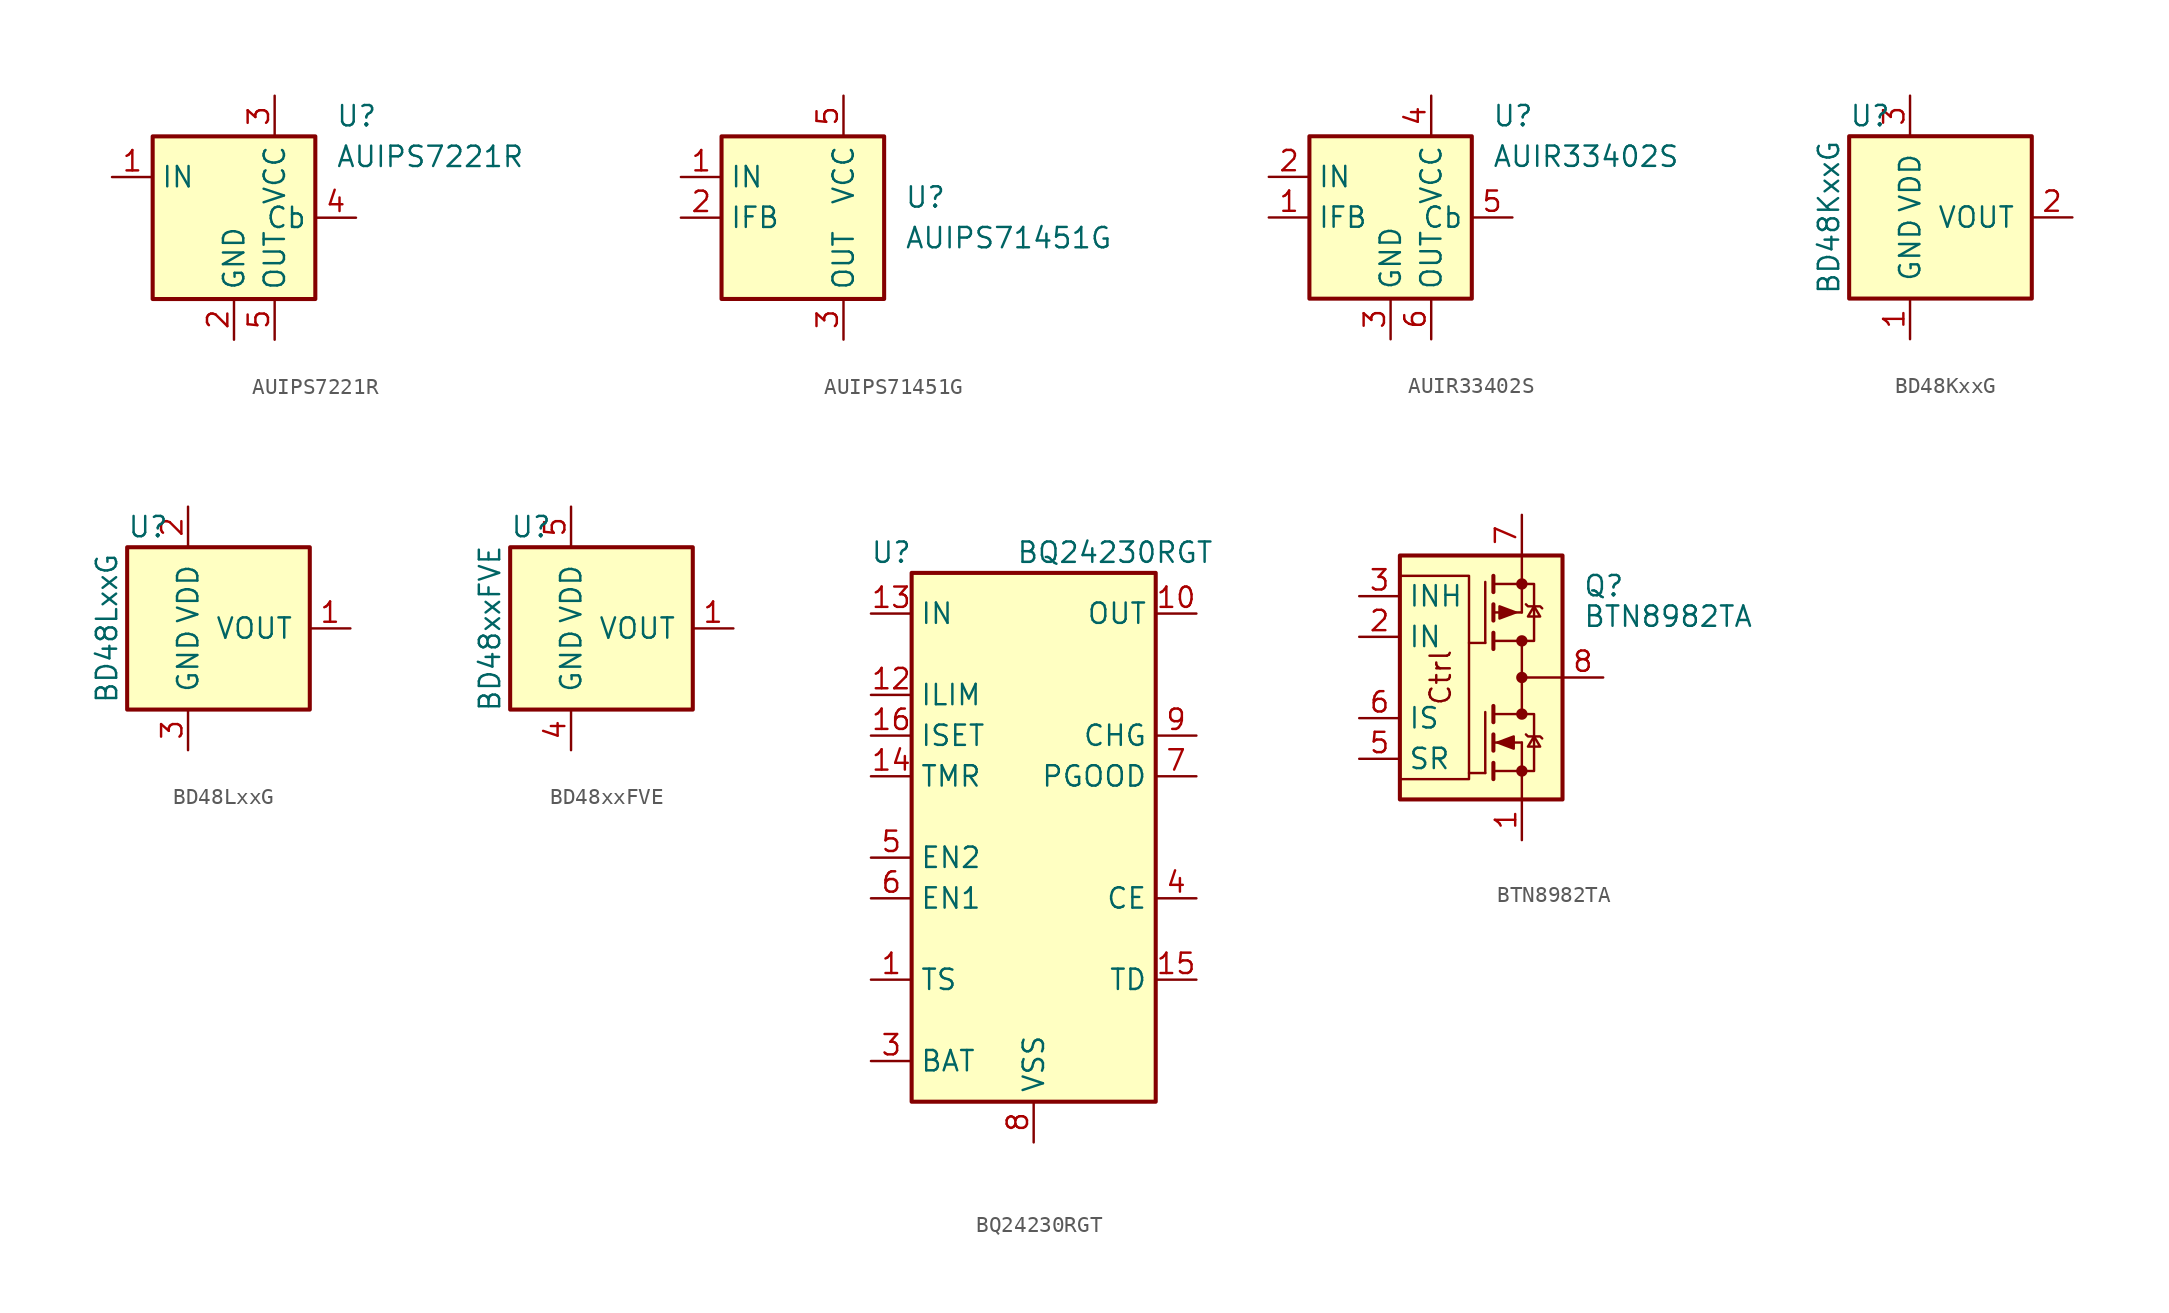
<source format=kicad_sym>
(kicad_symbol_lib
  (version 20211014)
  (generator kicad_symbol_editor)
  (symbol "AUIPS7221R"
    (property "Reference" "U"
      (at 3.81 6.35 0)
      (effects (font (size 1.27 1.27)) (justify left)))
    (property "Value" "AUIPS7221R"
      (at 3.81 3.81 0)
      (effects (font (size 1.27 1.27)) (justify left)))
    (symbol "AUIPS7221R_0_1"
      (rectangle (start -7.62 5.08) (end 2.54 -5.08) (stroke (width 0.254) (type default) (color 0 0 0 0)) (fill (type background))))
    (symbol "AUIPS7221R_1_1"
      (pin input line (at -10.16 2.54 0) (length 2.54) (name "IN" (effects (font (size 1.27 1.27)))) (number "1" (effects (font (size 1.27 1.27)))))
      (pin power_in line (at -2.54 -7.62 90) (length 2.54) (name "GND" (effects (font (size 1.27 1.27)))) (number "2" (effects (font (size 1.27 1.27)))))
      (pin power_in line (at 0 7.62 270) (length 2.54) (name "VCC" (effects (font (size 1.27 1.27)))) (number "3" (effects (font (size 1.27 1.27)))))
      (pin passive line (at 5.08 0 180) (length 2.54) (name "Cb" (effects (font (size 1.27 1.27)))) (number "4" (effects (font (size 1.27 1.27)))))
      (pin power_out line (at 0 -7.62 90) (length 2.54) (name "OUT" (effects (font (size 1.27 1.27)))) (number "5" (effects (font (size 1.27 1.27)))))))
  (symbol "AUIPS71451G"
    (property "Reference" "U"
      (at 3.81 1.27 0)
      (effects (font (size 1.27 1.27)) (justify left)))
    (property "Value" "AUIPS71451G"
      (at 3.81 -1.27 0)
      (effects (font (size 1.27 1.27)) (justify left)))
    (symbol "AUIPS71451G_0_1"
      (rectangle (start -7.62 5.08) (end 2.54 -5.08) (stroke (width 0.254) (type default) (color 0 0 0 0)) (fill (type background))))
    (symbol "AUIPS71451G_1_1"
      (pin input line (at -10.16 2.54 0) (length 2.54) (name "IN" (effects (font (size 1.27 1.27)))) (number "1" (effects (font (size 1.27 1.27)))))
      (pin output line (at -10.16 0 0) (length 2.54) (name "IFB" (effects (font (size 1.27 1.27)))) (number "2" (effects (font (size 1.27 1.27)))))
      (pin power_out line (at 0 -7.62 90) (length 2.54) (name "OUT" (effects (font (size 1.27 1.27)))) (number "3" (effects (font (size 1.27 1.27)))))
      (pin passive line (at 0 -7.62 90) (length 2.54) hide (name "OUT" (effects (font (size 1.27 1.27)))) (number "4" (effects (font (size 1.27 1.27)))))
      (pin power_in line (at 0 7.62 270) (length 2.54) (name "VCC" (effects (font (size 1.27 1.27)))) (number "5" (effects (font (size 1.27 1.27)))))
      (pin passive line (at 0 7.62 270) (length 2.54) hide (name "VCC" (effects (font (size 1.27 1.27)))) (number "6" (effects (font (size 1.27 1.27)))))
      (pin passive line (at 0 7.62 270) (length 2.54) hide (name "VCC" (effects (font (size 1.27 1.27)))) (number "7" (effects (font (size 1.27 1.27)))))
      (pin passive line (at 0 7.62 270) (length 2.54) hide (name "VCC" (effects (font (size 1.27 1.27)))) (number "8" (effects (font (size 1.27 1.27)))))))
  (symbol "AUIR33402S"
    (property "Reference" "U"
      (at 3.81 6.35 0)
      (effects (font (size 1.27 1.27)) (justify left)))
    (property "Value" "AUIR33402S"
      (at 3.81 3.81 0)
      (effects (font (size 1.27 1.27)) (justify left)))
    (symbol "AUIR33402S_0_1"
      (rectangle (start -7.62 5.08) (end 2.54 -5.08) (stroke (width 0.254) (type default) (color 0 0 0 0)) (fill (type background))))
    (symbol "AUIR33402S_1_1"
      (pin output line (at -10.16 0 0) (length 2.54) (name "IFB" (effects (font (size 1.27 1.27)))) (number "1" (effects (font (size 1.27 1.27)))))
      (pin input line (at -10.16 2.54 0) (length 2.54) (name "IN" (effects (font (size 1.27 1.27)))) (number "2" (effects (font (size 1.27 1.27)))))
      (pin power_in line (at -2.54 -7.62 90) (length 2.54) (name "GND" (effects (font (size 1.27 1.27)))) (number "3" (effects (font (size 1.27 1.27)))))
      (pin power_in line (at 0 7.62 270) (length 2.54) (name "VCC" (effects (font (size 1.27 1.27)))) (number "4" (effects (font (size 1.27 1.27)))))
      (pin passive line (at 5.08 0 180) (length 2.54) (name "Cb" (effects (font (size 1.27 1.27)))) (number "5" (effects (font (size 1.27 1.27)))))
      (pin power_out line (at 0 -7.62 90) (length 2.54) (name "OUT" (effects (font (size 1.27 1.27)))) (number "6" (effects (font (size 1.27 1.27)))))
      (pin passive line (at 0 -7.62 90) (length 2.54) hide (name "OUT" (effects (font (size 1.27 1.27)))) (number "7" (effects (font (size 1.27 1.27)))))))
  (symbol "BD48KxxG"
    (pin_names
      (offset 1.016))
    (property "Reference" "U"
      (at -3.81 6.35 0)
      (effects (font (size 1.27 1.27)) (justify left)))
    (property "Value" "BD48KxxG"
      (at -5.08 0 90)
      (effects (font (size 1.27 1.27))))
    (symbol "BD48KxxG_1_1"
      (rectangle (start -3.81 5.08) (end 7.62 -5.08) (stroke (width 0.254) (type default) (color 0 0 0 0)) (fill (type background)))
      (pin power_in line (at 0 -7.62 90) (length 2.54) (name "GND" (effects (font (size 1.27 1.27)))) (number "1" (effects (font (size 1.27 1.27)))))
      (pin output line (at 10.16 0 180) (length 2.54) (name "VOUT" (effects (font (size 1.27 1.27)))) (number "2" (effects (font (size 1.27 1.27)))))
      (pin power_in line (at 0 7.62 270) (length 2.54) (name "VDD" (effects (font (size 1.27 1.27)))) (number "3" (effects (font (size 1.27 1.27)))))))
  (symbol "BD48LxxG"
    (pin_names
      (offset 1.016))
    (property "Reference" "U"
      (at -3.81 6.35 0)
      (effects (font (size 1.27 1.27)) (justify left)))
    (property "Value" "BD48LxxG"
      (at -5.08 0 90)
      (effects (font (size 1.27 1.27))))
    (symbol "BD48LxxG_1_1"
      (rectangle (start -3.81 5.08) (end 7.62 -5.08) (stroke (width 0.254) (type default) (color 0 0 0 0)) (fill (type background)))
      (pin output line (at 10.16 0 180) (length 2.54) (name "VOUT" (effects (font (size 1.27 1.27)))) (number "1" (effects (font (size 1.27 1.27)))))
      (pin power_in line (at 0 7.62 270) (length 2.54) (name "VDD" (effects (font (size 1.27 1.27)))) (number "2" (effects (font (size 1.27 1.27)))))
      (pin power_in line (at 0 -7.62 90) (length 2.54) (name "GND" (effects (font (size 1.27 1.27)))) (number "3" (effects (font (size 1.27 1.27)))))))
  (symbol "BD48xxFVE"
    (pin_names
      (offset 1.016))
    (property "Reference" "U"
      (at -3.81 6.35 0)
      (effects (font (size 1.27 1.27)) (justify left)))
    (property "Value" "BD48xxFVE"
      (at -5.08 0 90)
      (effects (font (size 1.27 1.27))))
    (symbol "BD48xxFVE_1_1"
      (rectangle (start -3.81 5.08) (end 7.62 -5.08) (stroke (width 0.254) (type default) (color 0 0 0 0)) (fill (type background)))
      (pin output line (at 10.16 0 180) (length 2.54) (name "VOUT" (effects (font (size 1.27 1.27)))) (number "1" (effects (font (size 1.27 1.27)))))
      (pin passive line (at 0 -7.62 90) (length 2.54) hide (name "GND" (effects (font (size 1.27 1.27)))) (number "2" (effects (font (size 1.27 1.27)))))
      (pin power_in line (at 0 -7.62 90) (length 2.54) (name "GND" (effects (font (size 1.27 1.27)))) (number "4" (effects (font (size 1.27 1.27)))))
      (pin power_in line (at 0 7.62 270) (length 2.54) (name "VDD" (effects (font (size 1.27 1.27)))) (number "5" (effects (font (size 1.27 1.27)))))))
  (symbol "BQ24230RGT"
    (property "Reference" "U"
      (at -8.89 19.05 0)
      (effects (font (size 1.27 1.27))))
    (property "Value" "BQ24230RGT"
      (at 5.08 19.05 0)
      (effects (font (size 1.27 1.27))))
    (symbol "BQ24230RGT_0_1"
      (rectangle (start -7.62 17.78) (end 7.62 -15.24) (stroke (width 0.254) (type default) (color 0 0 0 0)) (fill (type background))))
    (symbol "BQ24230RGT_1_1"
      (pin passive line (at -10.16 -7.62 0) (length 2.54) (name "TS" (effects (font (size 1.27 1.27)))) (number "1" (effects (font (size 1.27 1.27)))))
      (pin power_out line (at 10.16 15.24 180) (length 2.54) (name "OUT" (effects (font (size 1.27 1.27)))) (number "10" (effects (font (size 1.27 1.27)))))
      (pin passive line (at 10.16 15.24 180) (length 2.54) hide (name "OUT" (effects (font (size 1.27 1.27)))) (number "11" (effects (font (size 1.27 1.27)))))
      (pin passive line (at -10.16 10.16 0) (length 2.54) (name "ILIM" (effects (font (size 1.27 1.27)))) (number "12" (effects (font (size 1.27 1.27)))))
      (pin power_in line (at -10.16 15.24 0) (length 2.54) (name "IN" (effects (font (size 1.27 1.27)))) (number "13" (effects (font (size 1.27 1.27)))))
      (pin passive line (at -10.16 5.08 0) (length 2.54) (name "TMR" (effects (font (size 1.27 1.27)))) (number "14" (effects (font (size 1.27 1.27)))))
      (pin input line (at 10.16 -7.62 180) (length 2.54) (name "TD" (effects (font (size 1.27 1.27)))) (number "15" (effects (font (size 1.27 1.27)))))
      (pin passive line (at -10.16 7.62 0) (length 2.54) (name "ISET" (effects (font (size 1.27 1.27)))) (number "16" (effects (font (size 1.27 1.27)))))
      (pin passive line (at 0 -17.78 90) (length 2.54) hide (name "VSS" (effects (font (size 1.27 1.27)))) (number "17" (effects (font (size 1.27 1.27)))))
      (pin bidirectional line (at -10.16 -12.7 0) (length 2.54) hide (name "BAT" (effects (font (size 1.27 1.27)))) (number "2" (effects (font (size 1.27 1.27)))))
      (pin bidirectional line (at -10.16 -12.7 0) (length 2.54) (name "BAT" (effects (font (size 1.27 1.27)))) (number "3" (effects (font (size 1.27 1.27)))))
      (pin input line (at 10.16 -2.54 180) (length 2.54) (name "CE" (effects (font (size 1.27 1.27)))) (number "4" (effects (font (size 1.27 1.27)))))
      (pin input line (at -10.16 0 0) (length 2.54) (name "EN2" (effects (font (size 1.27 1.27)))) (number "5" (effects (font (size 1.27 1.27)))))
      (pin input line (at -10.16 -2.54 0) (length 2.54) (name "EN1" (effects (font (size 1.27 1.27)))) (number "6" (effects (font (size 1.27 1.27)))))
      (pin open_collector line (at 10.16 5.08 180) (length 2.54) (name "PGOOD" (effects (font (size 1.27 1.27)))) (number "7" (effects (font (size 1.27 1.27)))))
      (pin power_in line (at 0 -17.78 90) (length 2.54) (name "VSS" (effects (font (size 1.27 1.27)))) (number "8" (effects (font (size 1.27 1.27)))))
      (pin open_collector line (at 10.16 7.62 180) (length 2.54) (name "CHG" (effects (font (size 1.27 1.27)))) (number "9" (effects (font (size 1.27 1.27)))))))
  (symbol "BTN8982TA"
    (property "Reference" "Q"
      (at 6.35 5.715 0)
      (effects (font (size 1.27 1.27)) (justify left)))
    (property "Value" "BTN8982TA"
      (at 6.35 3.81 0)
      (effects (font (size 1.27 1.27)) (justify left)))
    (symbol "BTN8982TA_0_1"
      (rectangle (start -5.08 7.62) (end 5.08 -7.62) (stroke (width 0.254) (type default) (color 0 0 0 0)) (fill (type background)))
      (polyline (pts (xy 0.254 -5.969) (xy -0.762 -5.969)) (stroke (width 0) (type default) (color 0 0 0 0)) (fill (type none)))
      (polyline (pts (xy 0.254 2.159) (xy -0.762 2.159)) (stroke (width 0) (type default) (color 0 0 0 0)) (fill (type none)))
      (polyline (pts (xy 2.54 0) (xy 5.08 0)) (stroke (width 0) (type default) (color 0 0 0 0)) (fill (type none)))
      (polyline (pts (xy 2.54 2.286) (xy 2.54 -2.286)) (stroke (width 0) (type default) (color 0 0 0 0)) (fill (type none)))
      (polyline (pts (xy 2.54 -5.842) (xy 2.54 -7.62) (xy 2.54 -6.858)) (stroke (width 0) (type default) (color 0 0 0 0)) (fill (type none)))
      (polyline (pts (xy -5.08 6.35) (xy -0.762 6.35) (xy -0.762 -6.35) (xy -5.08 -6.35)) (stroke (width 0) (type default) (color 0 0 0 0)) (fill (type none))))
    (symbol "BTN8982TA_1_0"
      (text "Ctrl" (at -2.54 0 900) (effects (font (size 1.27 1.27)))))
    (symbol "BTN8982TA_1_1"
      (polyline (pts (xy 0.762 -5.842) (xy 2.54 -5.842)) (stroke (width 0) (type default) (color 0 0 0 0)) (fill (type none)))
      (polyline (pts (xy 0.762 -5.334) (xy 0.762 -6.35)) (stroke (width 0.254) (type default) (color 0 0 0 0)) (fill (type none)))
      (polyline (pts (xy 0.762 -4.064) (xy 2.54 -4.064)) (stroke (width 0) (type default) (color 0 0 0 0)) (fill (type none)))
      (polyline (pts (xy 0.762 -3.556) (xy 0.762 -4.572)) (stroke (width 0.254) (type default) (color 0 0 0 0)) (fill (type none)))
      (polyline (pts (xy 0.762 -2.286) (xy 2.54 -2.286)) (stroke (width 0) (type default) (color 0 0 0 0)) (fill (type none)))
      (polyline (pts (xy 0.762 -1.778) (xy 0.762 -2.794)) (stroke (width 0.254) (type default) (color 0 0 0 0)) (fill (type none)))
      (polyline (pts (xy 0.762 2.286) (xy 2.54 2.286)) (stroke (width 0) (type default) (color 0 0 0 0)) (fill (type none)))
      (polyline (pts (xy 0.762 2.794) (xy 0.762 1.778)) (stroke (width 0.254) (type default) (color 0 0 0 0)) (fill (type none)))
      (polyline (pts (xy 0.762 4.064) (xy 2.54 4.064)) (stroke (width 0) (type default) (color 0 0 0 0)) (fill (type none)))
      (polyline (pts (xy 0.762 4.572) (xy 0.762 3.556)) (stroke (width 0.254) (type default) (color 0 0 0 0)) (fill (type none)))
      (polyline (pts (xy 0.762 5.842) (xy 2.54 5.842)) (stroke (width 0) (type default) (color 0 0 0 0)) (fill (type none)))
      (polyline (pts (xy 0.762 6.35) (xy 0.762 5.334)) (stroke (width 0.254) (type default) (color 0 0 0 0)) (fill (type none)))
      (polyline (pts (xy 2.54 -5.842) (xy 2.54 -4.064)) (stroke (width 0) (type default) (color 0 0 0 0)) (fill (type none)))
      (polyline (pts (xy 2.54 4.064) (xy 2.54 5.842)) (stroke (width 0) (type default) (color 0 0 0 0)) (fill (type none)))
      (polyline (pts (xy 2.54 7.62) (xy 2.54 5.842)) (stroke (width 0) (type default) (color 0 0 0 0)) (fill (type none)))
      (polyline (pts (xy 0.254 -2.159) (xy 0.254 -5.969) (xy 0.254 -5.969)) (stroke (width 0) (type default) (color 0 0 0 0)) (fill (type none)))
      (polyline (pts (xy 0.254 5.969) (xy 0.254 2.159) (xy 0.254 2.159)) (stroke (width 0) (type default) (color 0 0 0 0)) (fill (type none)))
      (polyline (pts (xy 1.016 -4.064) (xy 2.032 -3.683) (xy 2.032 -4.445) (xy 1.016 -4.064)) (stroke (width 0) (type default) (color 0 0 0 0)) (fill (type outline)))
      (polyline (pts (xy 2.159 4.064) (xy 1.143 3.683) (xy 1.143 4.445) (xy 2.159 4.064)) (stroke (width 0) (type default) (color 0 0 0 0)) (fill (type outline)))
      (polyline (pts (xy 2.54 -5.842) (xy 3.302 -5.842) (xy 3.302 -2.286) (xy 2.54 -2.286)) (stroke (width 0) (type default) (color 0 0 0 0)) (fill (type none)))
      (polyline (pts (xy 2.54 2.286) (xy 3.302 2.286) (xy 3.302 5.842) (xy 2.54 5.842)) (stroke (width 0) (type default) (color 0 0 0 0)) (fill (type none)))
      (polyline (pts (xy 2.794 -3.556) (xy 2.921 -3.683) (xy 3.683 -3.683) (xy 3.81 -3.81)) (stroke (width 0) (type default) (color 0 0 0 0)) (fill (type none)))
      (polyline (pts (xy 2.794 4.572) (xy 2.921 4.445) (xy 3.683 4.445) (xy 3.81 4.318)) (stroke (width 0) (type default) (color 0 0 0 0)) (fill (type none)))
      (polyline (pts (xy 3.302 -3.683) (xy 2.921 -4.318) (xy 3.683 -4.318) (xy 3.302 -3.683)) (stroke (width 0) (type default) (color 0 0 0 0)) (fill (type none)))
      (polyline (pts (xy 3.302 4.445) (xy 2.921 3.81) (xy 3.683 3.81) (xy 3.302 4.445)) (stroke (width 0) (type default) (color 0 0 0 0)) (fill (type none)))
      (circle (center 2.54 -5.842) (radius 0.279) (stroke (width 0) (type default) (color 0 0 0 0)) (fill (type outline)))
      (circle (center 2.54 -2.286) (radius 0.279) (stroke (width 0) (type default) (color 0 0 0 0)) (fill (type outline)))
      (circle (center 2.54 0) (radius 0.279) (stroke (width 0) (type default) (color 0 0 0 0)) (fill (type outline)))
      (circle (center 2.54 2.286) (radius 0.279) (stroke (width 0) (type default) (color 0 0 0 0)) (fill (type outline)))
      (circle (center 2.54 5.842) (radius 0.279) (stroke (width 0) (type default) (color 0 0 0 0)) (fill (type outline)))
      (pin power_in line (at 2.54 -10.16 90) (length 2.54) (name "~" (effects (font (size 1.27 1.27)))) (number "1" (effects (font (size 1.27 1.27)))))
      (pin input line (at -7.62 2.54 0) (length 2.54) (name "IN" (effects (font (size 1.27 1.27)))) (number "2" (effects (font (size 1.27 1.27)))))
      (pin input line (at -7.62 5.08 0) (length 2.54) (name "INH" (effects (font (size 1.27 1.27)))) (number "3" (effects (font (size 1.27 1.27)))))
      (pin passive line (at 7.62 0 180) (length 2.54) hide (name "~" (effects (font (size 1.27 1.27)))) (number "4" (effects (font (size 1.27 1.27)))))
      (pin input line (at -7.62 -5.08 0) (length 2.54) (name "SR" (effects (font (size 1.27 1.27)))) (number "5" (effects (font (size 1.27 1.27)))))
      (pin output line (at -7.62 -2.54 0) (length 2.54) (name "IS" (effects (font (size 1.27 1.27)))) (number "6" (effects (font (size 1.27 1.27)))))
      (pin power_in line (at 2.54 10.16 270) (length 2.54) (name "~" (effects (font (size 1.27 1.27)))) (number "7" (effects (font (size 1.27 1.27)))))
      (pin passive line (at 7.62 0 180) (length 2.54) (name "~" (effects (font (size 1.27 1.27)))) (number "8" (effects (font (size 1.27 1.27))))))))
</source>
